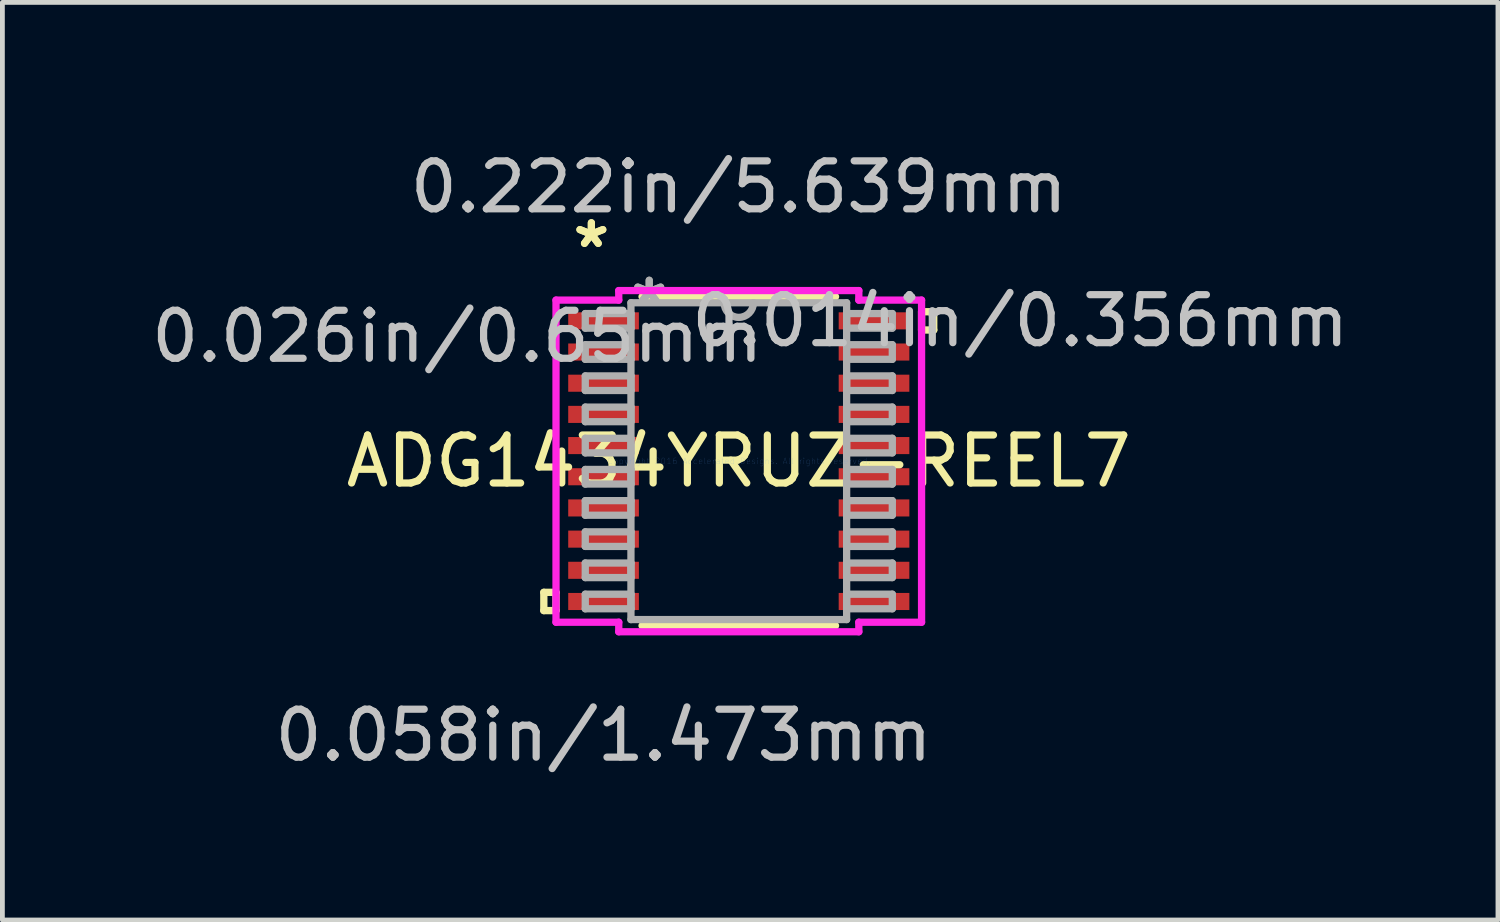
<source format=kicad_pcb>
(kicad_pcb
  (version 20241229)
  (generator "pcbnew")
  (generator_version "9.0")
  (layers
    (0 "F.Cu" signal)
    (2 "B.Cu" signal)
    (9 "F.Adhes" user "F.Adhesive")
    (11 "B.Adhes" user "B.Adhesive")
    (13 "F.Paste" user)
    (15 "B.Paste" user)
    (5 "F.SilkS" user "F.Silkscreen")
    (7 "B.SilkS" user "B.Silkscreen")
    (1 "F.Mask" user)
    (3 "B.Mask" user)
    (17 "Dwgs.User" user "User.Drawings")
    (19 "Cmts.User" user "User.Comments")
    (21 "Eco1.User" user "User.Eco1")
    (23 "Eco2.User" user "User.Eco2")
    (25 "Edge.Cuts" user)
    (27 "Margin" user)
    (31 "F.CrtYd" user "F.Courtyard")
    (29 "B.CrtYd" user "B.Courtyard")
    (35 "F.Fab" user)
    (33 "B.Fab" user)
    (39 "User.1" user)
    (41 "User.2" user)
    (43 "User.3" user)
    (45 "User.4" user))
  (footprint "ADG1434YRUZ-REEL7"
    (layer "F.Cu")
    (at 12.35 6.563)
    (property "Reference" "ADG1434YRUZ-REEL7" (at 0 0 0) (layer "F.SilkS") (effects (font (size 1 1) (thickness 0.15))))
    (attr through_hole)
    (fp_line (start -4.064 2.734) (end -4.064 3.115) (stroke (width 0.152) (type solid)) (layer "F.SilkS"))
    (fp_line (start -4.064 3.115) (end -3.81 3.115) (stroke (width 0.152) (type solid)) (layer "F.SilkS"))
    (fp_line (start -3.81 2.734) (end -4.064 2.734) (stroke (width 0.152) (type solid)) (layer "F.SilkS"))
    (fp_line (start -3.81 3.115) (end -3.81 2.734) (stroke (width 0.152) (type solid)) (layer "F.SilkS"))
    (fp_line (start -2.017 3.429) (end 2.017 3.429) (stroke (width 0.152) (type solid)) (layer "F.SilkS"))
    (fp_line (start 2.017 -3.429) (end -2.017 -3.429) (stroke (width 0.152) (type solid)) (layer "F.SilkS"))
    (fp_line (start 3.81 -3.115) (end 4.064 -3.115) (stroke (width 0.152) (type solid)) (layer "F.SilkS"))
    (fp_line (start 3.81 -2.734) (end 3.81 -3.115) (stroke (width 0.152) (type solid)) (layer "F.SilkS"))
    (fp_line (start 4.064 -3.115) (end 4.064 -2.734) (stroke (width 0.152) (type solid)) (layer "F.SilkS"))
    (fp_line (start 4.064 -2.734) (end 3.81 -2.734) (stroke (width 0.152) (type solid)) (layer "F.SilkS"))
    (fp_line (start -3.81 -3.357) (end -2.502 -3.357) (stroke (width 0.152) (type solid)) (layer "F.CrtYd"))
    (fp_line (start -3.81 3.357) (end -3.81 -3.357) (stroke (width 0.152) (type solid)) (layer "F.CrtYd"))
    (fp_line (start -2.502 -3.556) (end 2.502 -3.556) (stroke (width 0.152) (type solid)) (layer "F.CrtYd"))
    (fp_line (start -2.502 -3.357) (end -2.502 -3.556) (stroke (width 0.152) (type solid)) (layer "F.CrtYd"))
    (fp_line (start -2.502 3.357) (end -3.81 3.357) (stroke (width 0.152) (type solid)) (layer "F.CrtYd"))
    (fp_line (start -2.502 3.556) (end -2.502 3.357) (stroke (width 0.152) (type solid)) (layer "F.CrtYd"))
    (fp_line (start 2.502 -3.556) (end 2.502 -3.357) (stroke (width 0.152) (type solid)) (layer "F.CrtYd"))
    (fp_line (start 2.502 -3.357) (end 3.81 -3.357) (stroke (width 0.152) (type solid)) (layer "F.CrtYd"))
    (fp_line (start 2.502 3.357) (end 2.502 3.556) (stroke (width 0.152) (type solid)) (layer "F.CrtYd"))
    (fp_line (start 2.502 3.556) (end -2.502 3.556) (stroke (width 0.152) (type solid)) (layer "F.CrtYd"))
    (fp_line (start 3.81 -3.357) (end 3.81 3.357) (stroke (width 0.152) (type solid)) (layer "F.CrtYd"))
    (fp_line (start 3.81 3.357) (end 2.502 3.357) (stroke (width 0.152) (type solid)) (layer "F.CrtYd"))
    (fp_line (start -3.2 -3.077) (end -3.2 -2.773) (stroke (width 0.152) (type solid)) (layer "F.Fab"))
    (fp_line (start -3.2 -2.773) (end -2.248 -2.773) (stroke (width 0.152) (type solid)) (layer "F.Fab"))
    (fp_line (start -3.2 -2.427) (end -3.2 -2.123) (stroke (width 0.152) (type solid)) (layer "F.Fab"))
    (fp_line (start -3.2 -2.123) (end -2.248 -2.123) (stroke (width 0.152) (type solid)) (layer "F.Fab"))
    (fp_line (start -3.2 -1.777) (end -3.2 -1.473) (stroke (width 0.152) (type solid)) (layer "F.Fab"))
    (fp_line (start -3.2 -1.473) (end -2.248 -1.473) (stroke (width 0.152) (type solid)) (layer "F.Fab"))
    (fp_line (start -3.2 -1.127) (end -3.2 -0.823) (stroke (width 0.152) (type solid)) (layer "F.Fab"))
    (fp_line (start -3.2 -0.823) (end -2.248 -0.823) (stroke (width 0.152) (type solid)) (layer "F.Fab"))
    (fp_line (start -3.2 -0.477) (end -3.2 -0.173) (stroke (width 0.152) (type solid)) (layer "F.Fab"))
    (fp_line (start -3.2 -0.173) (end -2.248 -0.173) (stroke (width 0.152) (type solid)) (layer "F.Fab"))
    (fp_line (start -3.2 0.173) (end -3.2 0.477) (stroke (width 0.152) (type solid)) (layer "F.Fab"))
    (fp_line (start -3.2 0.477) (end -2.248 0.477) (stroke (width 0.152) (type solid)) (layer "F.Fab"))
    (fp_line (start -3.2 0.823) (end -3.2 1.127) (stroke (width 0.152) (type solid)) (layer "F.Fab"))
    (fp_line (start -3.2 1.127) (end -2.248 1.127) (stroke (width 0.152) (type solid)) (layer "F.Fab"))
    (fp_line (start -3.2 1.473) (end -3.2 1.777) (stroke (width 0.152) (type solid)) (layer "F.Fab"))
    (fp_line (start -3.2 1.777) (end -2.248 1.777) (stroke (width 0.152) (type solid)) (layer "F.Fab"))
    (fp_line (start -3.2 2.123) (end -3.2 2.427) (stroke (width 0.152) (type solid)) (layer "F.Fab"))
    (fp_line (start -3.2 2.427) (end -2.248 2.427) (stroke (width 0.152) (type solid)) (layer "F.Fab"))
    (fp_line (start -3.2 2.773) (end -3.2 3.077) (stroke (width 0.152) (type solid)) (layer "F.Fab"))
    (fp_line (start -3.2 3.077) (end -2.248 3.077) (stroke (width 0.152) (type solid)) (layer "F.Fab"))
    (fp_line (start -2.248 -3.302) (end -2.248 3.302) (stroke (width 0.152) (type solid)) (layer "F.Fab"))
    (fp_line (start -2.248 -3.077) (end -3.2 -3.077) (stroke (width 0.152) (type solid)) (layer "F.Fab"))
    (fp_line (start -2.248 -2.773) (end -2.248 -3.077) (stroke (width 0.152) (type solid)) (layer "F.Fab"))
    (fp_line (start -2.248 -2.427) (end -3.2 -2.427) (stroke (width 0.152) (type solid)) (layer "F.Fab"))
    (fp_line (start -2.248 -2.123) (end -2.248 -2.427) (stroke (width 0.152) (type solid)) (layer "F.Fab"))
    (fp_line (start -2.248 -1.777) (end -3.2 -1.777) (stroke (width 0.152) (type solid)) (layer "F.Fab"))
    (fp_line (start -2.248 -1.473) (end -2.248 -1.777) (stroke (width 0.152) (type solid)) (layer "F.Fab"))
    (fp_line (start -2.248 -1.127) (end -3.2 -1.127) (stroke (width 0.152) (type solid)) (layer "F.Fab"))
    (fp_line (start -2.248 -0.823) (end -2.248 -1.127) (stroke (width 0.152) (type solid)) (layer "F.Fab"))
    (fp_line (start -2.248 -0.477) (end -3.2 -0.477) (stroke (width 0.152) (type solid)) (layer "F.Fab"))
    (fp_line (start -2.248 -0.173) (end -2.248 -0.477) (stroke (width 0.152) (type solid)) (layer "F.Fab"))
    (fp_line (start -2.248 0.173) (end -3.2 0.173) (stroke (width 0.152) (type solid)) (layer "F.Fab"))
    (fp_line (start -2.248 0.477) (end -2.248 0.173) (stroke (width 0.152) (type solid)) (layer "F.Fab"))
    (fp_line (start -2.248 0.823) (end -3.2 0.823) (stroke (width 0.152) (type solid)) (layer "F.Fab"))
    (fp_line (start -2.248 1.127) (end -2.248 0.823) (stroke (width 0.152) (type solid)) (layer "F.Fab"))
    (fp_line (start -2.248 1.473) (end -3.2 1.473) (stroke (width 0.152) (type solid)) (layer "F.Fab"))
    (fp_line (start -2.248 1.777) (end -2.248 1.473) (stroke (width 0.152) (type solid)) (layer "F.Fab"))
    (fp_line (start -2.248 2.123) (end -3.2 2.123) (stroke (width 0.152) (type solid)) (layer "F.Fab"))
    (fp_line (start -2.248 2.427) (end -2.248 2.123) (stroke (width 0.152) (type solid)) (layer "F.Fab"))
    (fp_line (start -2.248 2.773) (end -3.2 2.773) (stroke (width 0.152) (type solid)) (layer "F.Fab"))
    (fp_line (start -2.248 3.077) (end -2.248 2.773) (stroke (width 0.152) (type solid)) (layer "F.Fab"))
    (fp_line (start -2.248 3.302) (end 2.248 3.302) (stroke (width 0.152) (type solid)) (layer "F.Fab"))
    (fp_line (start 2.248 -3.302) (end -2.248 -3.302) (stroke (width 0.152) (type solid)) (layer "F.Fab"))
    (fp_line (start 2.248 -3.077) (end 2.248 -2.773) (stroke (width 0.152) (type solid)) (layer "F.Fab"))
    (fp_line (start 2.248 -2.773) (end 3.2 -2.773) (stroke (width 0.152) (type solid)) (layer "F.Fab"))
    (fp_line (start 2.248 -2.427) (end 2.248 -2.123) (stroke (width 0.152) (type solid)) (layer "F.Fab"))
    (fp_line (start 2.248 -2.123) (end 3.2 -2.123) (stroke (width 0.152) (type solid)) (layer "F.Fab"))
    (fp_line (start 2.248 -1.777) (end 2.248 -1.473) (stroke (width 0.152) (type solid)) (layer "F.Fab"))
    (fp_line (start 2.248 -1.473) (end 3.2 -1.473) (stroke (width 0.152) (type solid)) (layer "F.Fab"))
    (fp_line (start 2.248 -1.127) (end 2.248 -0.823) (stroke (width 0.152) (type solid)) (layer "F.Fab"))
    (fp_line (start 2.248 -0.823) (end 3.2 -0.823) (stroke (width 0.152) (type solid)) (layer "F.Fab"))
    (fp_line (start 2.248 -0.477) (end 2.248 -0.173) (stroke (width 0.152) (type solid)) (layer "F.Fab"))
    (fp_line (start 2.248 -0.173) (end 3.2 -0.173) (stroke (width 0.152) (type solid)) (layer "F.Fab"))
    (fp_line (start 2.248 0.173) (end 2.248 0.477) (stroke (width 0.152) (type solid)) (layer "F.Fab"))
    (fp_line (start 2.248 0.477) (end 3.2 0.477) (stroke (width 0.152) (type solid)) (layer "F.Fab"))
    (fp_line (start 2.248 0.823) (end 2.248 1.127) (stroke (width 0.152) (type solid)) (layer "F.Fab"))
    (fp_line (start 2.248 1.127) (end 3.2 1.127) (stroke (width 0.152) (type solid)) (layer "F.Fab"))
    (fp_line (start 2.248 1.473) (end 2.248 1.777) (stroke (width 0.152) (type solid)) (layer "F.Fab"))
    (fp_line (start 2.248 1.777) (end 3.2 1.777) (stroke (width 0.152) (type solid)) (layer "F.Fab"))
    (fp_line (start 2.248 2.123) (end 2.248 2.427) (stroke (width 0.152) (type solid)) (layer "F.Fab"))
    (fp_line (start 2.248 2.427) (end 3.2 2.427) (stroke (width 0.152) (type solid)) (layer "F.Fab"))
    (fp_line (start 2.248 2.773) (end 2.248 3.077) (stroke (width 0.152) (type solid)) (layer "F.Fab"))
    (fp_line (start 2.248 3.077) (end 3.2 3.077) (stroke (width 0.152) (type solid)) (layer "F.Fab"))
    (fp_line (start 2.248 3.302) (end 2.248 -3.302) (stroke (width 0.152) (type solid)) (layer "F.Fab"))
    (fp_line (start 3.2 -3.077) (end 2.248 -3.077) (stroke (width 0.152) (type solid)) (layer "F.Fab"))
    (fp_line (start 3.2 -2.773) (end 3.2 -3.077) (stroke (width 0.152) (type solid)) (layer "F.Fab"))
    (fp_line (start 3.2 -2.427) (end 2.248 -2.427) (stroke (width 0.152) (type solid)) (layer "F.Fab"))
    (fp_line (start 3.2 -2.123) (end 3.2 -2.427) (stroke (width 0.152) (type solid)) (layer "F.Fab"))
    (fp_line (start 3.2 -1.777) (end 2.248 -1.777) (stroke (width 0.152) (type solid)) (layer "F.Fab"))
    (fp_line (start 3.2 -1.473) (end 3.2 -1.777) (stroke (width 0.152) (type solid)) (layer "F.Fab"))
    (fp_line (start 3.2 -1.127) (end 2.248 -1.127) (stroke (width 0.152) (type solid)) (layer "F.Fab"))
    (fp_line (start 3.2 -0.823) (end 3.2 -1.127) (stroke (width 0.152) (type solid)) (layer "F.Fab"))
    (fp_line (start 3.2 -0.477) (end 2.248 -0.477) (stroke (width 0.152) (type solid)) (layer "F.Fab"))
    (fp_line (start 3.2 -0.173) (end 3.2 -0.477) (stroke (width 0.152) (type solid)) (layer "F.Fab"))
    (fp_line (start 3.2 0.173) (end 2.248 0.173) (stroke (width 0.152) (type solid)) (layer "F.Fab"))
    (fp_line (start 3.2 0.477) (end 3.2 0.173) (stroke (width 0.152) (type solid)) (layer "F.Fab"))
    (fp_line (start 3.2 0.823) (end 2.248 0.823) (stroke (width 0.152) (type solid)) (layer "F.Fab"))
    (fp_line (start 3.2 1.127) (end 3.2 0.823) (stroke (width 0.152) (type solid)) (layer "F.Fab"))
    (fp_line (start 3.2 1.473) (end 2.248 1.473) (stroke (width 0.152) (type solid)) (layer "F.Fab"))
    (fp_line (start 3.2 1.777) (end 3.2 1.473) (stroke (width 0.152) (type solid)) (layer "F.Fab"))
    (fp_line (start 3.2 2.123) (end 2.248 2.123) (stroke (width 0.152) (type solid)) (layer "F.Fab"))
    (fp_line (start 3.2 2.427) (end 3.2 2.123) (stroke (width 0.152) (type solid)) (layer "F.Fab"))
    (fp_line (start 3.2 2.773) (end 2.248 2.773) (stroke (width 0.152) (type solid)) (layer "F.Fab"))
    (fp_line (start 3.2 3.077) (end 3.2 2.773) (stroke (width 0.152) (type solid)) (layer "F.Fab"))
    (fp_arc (start 0.3048 -3.302) (mid 0 -2.9972) (end -0.3048 -3.302) (stroke (width 0.1524) (type solid)) (layer "F.Fab"))
    (fp_text user "*" (at -3.073 -4.424 0) (layer "F.SilkS") (effects (font (size 1 1) (thickness 0.15))))
    (fp_text user "*" (at -3.073 -4.424 0) (layer "F.SilkS") (effects (font (size 1 1) (thickness 0.15))))
    (fp_text user "0.014in/0.356mm" (at 5.867 -2.925 0) (layer "Dwgs.User") (effects (font (size 1 1) (thickness 0.15))))
    (fp_text user "0.058in/1.473mm" (at -2.819 5.715 0) (layer "Dwgs.User") (effects (font (size 1 1) (thickness 0.15))))
    (fp_text user "0.222in/5.639mm" (at 0 -5.715 0) (layer "Dwgs.User") (effects (font (size 1 1) (thickness 0.15))))
    (fp_text user "0.026in/0.65mm" (at -5.867 -2.6 0) (layer "Dwgs.User") (effects (font (size 1 1) (thickness 0.15))))
    (fp_text user "Copyright 2016 Accelerated Designs. All rights reserved." (at 0 0 0) (layer "Cmts.User") (effects (font (size 0.127 0.127) (thickness 0.002))))
    (fp_text user "*" (at -1.867 -3.226 0) (layer "F.Fab") (effects (font (size 1 1) (thickness 0.15))))
    (fp_text user "*" (at -1.867 -3.226 0) (layer "F.Fab") (effects (font (size 1 1) (thickness 0.15))))
    (pad "1" smd rect (at -2.819 -2.925) (size 1.473 0.356) (layers "F.Cu" "F.Mask" "F.Paste"))
    (pad "2" smd rect (at -2.819 -2.275) (size 1.473 0.356) (layers "F.Cu" "F.Mask" "F.Paste"))
    (pad "3" smd rect (at -2.819 -1.625) (size 1.473 0.356) (layers "F.Cu" "F.Mask" "F.Paste"))
    (pad "4" smd rect (at -2.819 -0.975) (size 1.473 0.356) (layers "F.Cu" "F.Mask" "F.Paste"))
    (pad "5" smd rect (at -2.819 -0.325) (size 1.473 0.356) (layers "F.Cu" "F.Mask" "F.Paste"))
    (pad "6" smd rect (at -2.819 0.325) (size 1.473 0.356) (layers "F.Cu" "F.Mask" "F.Paste"))
    (pad "7" smd rect (at -2.819 0.975) (size 1.473 0.356) (layers "F.Cu" "F.Mask" "F.Paste"))
    (pad "8" smd rect (at -2.819 1.625) (size 1.473 0.356) (layers "F.Cu" "F.Mask" "F.Paste"))
    (pad "9" smd rect (at -2.819 2.275) (size 1.473 0.356) (layers "F.Cu" "F.Mask" "F.Paste"))
    (pad "10" smd rect (at -2.819 2.925) (size 1.473 0.356) (layers "F.Cu" "F.Mask" "F.Paste"))
    (pad "11" smd rect (at 2.819 2.925) (size 1.473 0.356) (layers "F.Cu" "F.Mask" "F.Paste"))
    (pad "12" smd rect (at 2.819 2.275) (size 1.473 0.356) (layers "F.Cu" "F.Mask" "F.Paste"))
    (pad "13" smd rect (at 2.819 1.625) (size 1.473 0.356) (layers "F.Cu" "F.Mask" "F.Paste"))
    (pad "14" smd rect (at 2.819 0.975) (size 1.473 0.356) (layers "F.Cu" "F.Mask" "F.Paste"))
    (pad "15" smd rect (at 2.819 0.325) (size 1.473 0.356) (layers "F.Cu" "F.Mask" "F.Paste"))
    (pad "16" smd rect (at 2.819 -0.325) (size 1.473 0.356) (layers "F.Cu" "F.Mask" "F.Paste"))
    (pad "17" smd rect (at 2.819 -0.975) (size 1.473 0.356) (layers "F.Cu" "F.Mask" "F.Paste"))
    (pad "18" smd rect (at 2.819 -1.625) (size 1.473 0.356) (layers "F.Cu" "F.Mask" "F.Paste"))
    (pad "19" smd rect (at 2.819 -2.275) (size 1.473 0.356) (layers "F.Cu" "F.Mask" "F.Paste"))
    (pad "20" smd rect (at 2.819 -2.925) (size 1.473 0.356) (layers "F.Cu" "F.Mask" "F.Paste")))
  (gr_rect
    (start -3 -3)
    (end 28.175 16.127)
    (stroke (width 0.1) (type default))
    (fill no)
    (layer "Edge.Cuts")))
</source>
